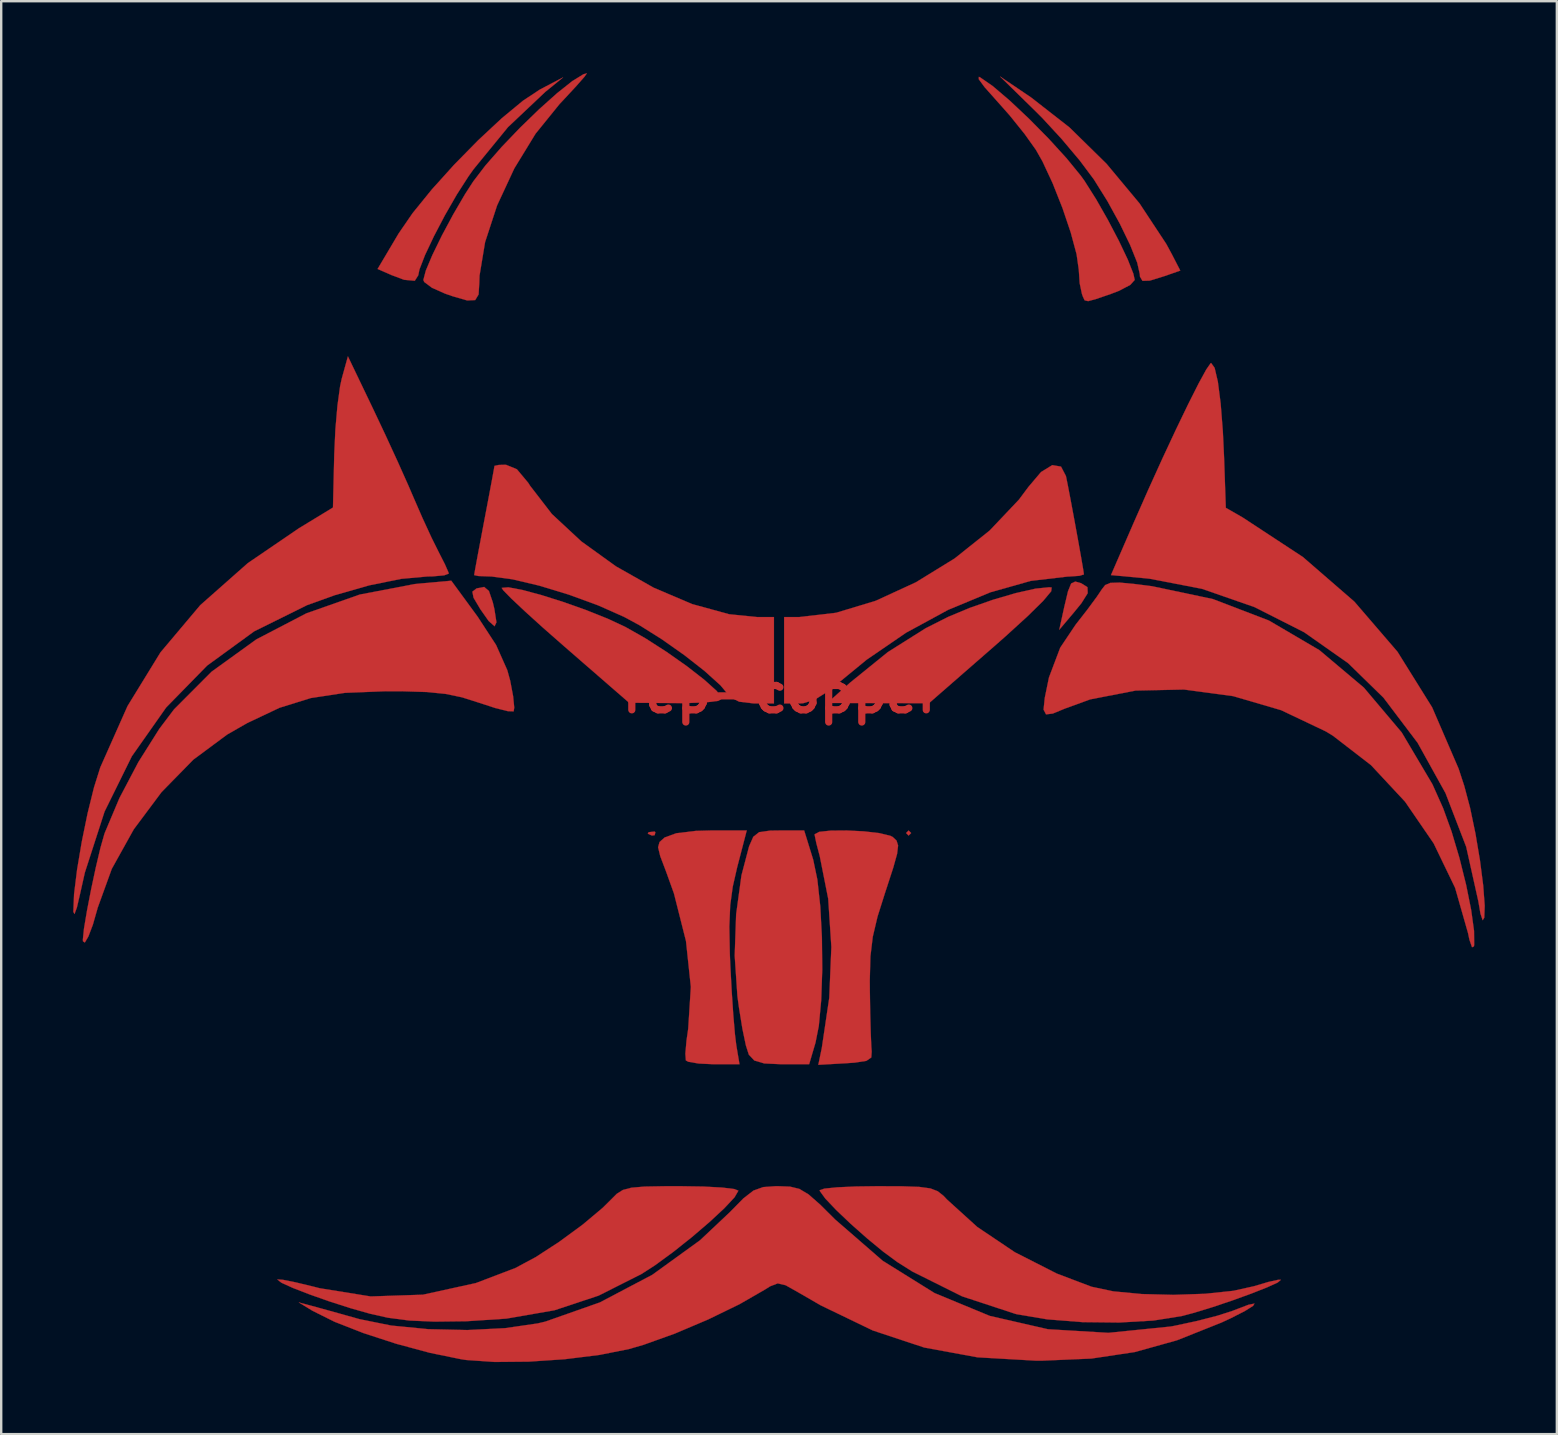
<source format=kicad_pcb>
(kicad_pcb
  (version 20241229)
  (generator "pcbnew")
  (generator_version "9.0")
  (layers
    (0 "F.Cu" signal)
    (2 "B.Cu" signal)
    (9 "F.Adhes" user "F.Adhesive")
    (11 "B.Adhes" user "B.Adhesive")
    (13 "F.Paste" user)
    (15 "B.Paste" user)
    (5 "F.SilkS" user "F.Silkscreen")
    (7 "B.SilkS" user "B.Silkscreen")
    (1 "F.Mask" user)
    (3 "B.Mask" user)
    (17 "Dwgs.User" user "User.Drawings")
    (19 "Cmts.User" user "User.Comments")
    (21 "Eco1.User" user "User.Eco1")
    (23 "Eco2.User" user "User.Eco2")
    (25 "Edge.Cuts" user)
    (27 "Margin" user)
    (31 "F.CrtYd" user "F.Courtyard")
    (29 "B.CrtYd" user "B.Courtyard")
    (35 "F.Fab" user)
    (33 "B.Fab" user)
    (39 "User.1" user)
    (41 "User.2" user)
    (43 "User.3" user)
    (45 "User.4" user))
  (footprint "Tep-copper"
    (layer "F.Cu")
    (at 29.4 25.828)
    (property "Reference" "Tep-copper" (at 0 0 0) (layer "F.Cu") (effects (font (size 1.524 1.524) (thickness 0.3))))
    (attr through_hole)
    (fp_poly (pts (xy 5.503 5.821) (xy 5.397 5.927) (xy 5.292 5.821) (xy 5.397 5.715) (xy 5.503 5.821)) (stroke (width 0.01) (type solid)) (fill yes) (layer "F.Cu"))
    (fp_poly (pts (xy -5.151 5.786) (xy -5.18 5.911) (xy -5.292 5.927) (xy -5.466 5.849) (xy -5.433 5.786) (xy -5.182 5.76) (xy -5.151 5.786)) (stroke (width 0.01) (type solid)) (fill yes) (layer "F.Cu"))
    (fp_poly (pts (xy 12.585 -4.584) (xy 12.847 -4.42) (xy 12.857 -4.168) (xy 12.594 -3.75) (xy 12.292 -3.379) (xy 11.673 -2.646) (xy 11.88 -3.592) (xy 12.036 -4.248) (xy 12.169 -4.574) (xy 12.34 -4.654) (xy 12.585 -4.584)) (stroke (width 0.01) (type solid)) (fill yes) (layer "F.Cu"))
    (fp_poly (pts (xy -12.085 -4.263) (xy -11.923 -3.789) (xy -11.857 -3.509) (xy -11.771 -2.957) (xy -11.849 -2.791) (xy -12.096 -3.011) (xy -12.44 -3.5) (xy -12.725 -3.98) (xy -12.774 -4.232) (xy -12.605 -4.364) (xy -12.59 -4.37) (xy -12.284 -4.43) (xy -12.085 -4.263)) (stroke (width 0.01) (type solid)) (fill yes) (layer "F.Cu"))
    (fp_poly (pts (xy 11.356 -4.406) (xy 11.337 -4.249) (xy 11 -3.847) (xy 10.358 -3.215) (xy 9.429 -2.368) (xy 8.968 -1.962) (xy 6.244 0.414) (xy 2.011 0.405) (xy 2.963 -0.446) (xy 4.534 -1.718) (xy 6.116 -2.714) (xy 7.042 -3.181) (xy 7.935 -3.554) (xy 8.913 -3.896) (xy 9.867 -4.175) (xy 10.685 -4.359) (xy 11.256 -4.417) (xy 11.356 -4.406)) (stroke (width 0.01) (type solid)) (fill yes) (layer "F.Cu"))
    (fp_poly (pts (xy 10.502 -24.816) (xy 12.097 -23.571) (xy 13.638 -22.059) (xy 15.018 -20.402) (xy 16.13 -18.717) (xy 16.369 -18.275) (xy 16.713 -17.607) (xy 16.051 -17.376) (xy 15.446 -17.189) (xy 15.138 -17.18) (xy 15.034 -17.355) (xy 15.028 -17.456) (xy 14.92 -17.937) (xy 14.626 -18.671) (xy 14.197 -19.558) (xy 13.68 -20.498) (xy 13.124 -21.39) (xy 13.107 -21.415) (xy 12.527 -22.192) (xy 11.768 -23.094) (xy 10.966 -23.963) (xy 10.707 -24.223) (xy 9.207 -25.692) (xy 10.502 -24.816)) (stroke (width 0.01) (type solid)) (fill yes) (layer "F.Cu"))
    (fp_poly (pts (xy -9.737 -25.051) (xy -11.29 -23.583) (xy -12.727 -21.826) (xy -12.936 -21.532) (xy -13.422 -20.775) (xy -13.919 -19.909) (xy -14.378 -19.034) (xy -14.748 -18.25) (xy -14.978 -17.655) (xy -15.028 -17.41) (xy -15.172 -17.183) (xy -15.616 -17.223) (xy -16.14 -17.419) (xy -16.722 -17.674) (xy -15.843 -19.156) (xy -15.262 -20.001) (xy -14.465 -20.983) (xy -13.528 -22.022) (xy -12.53 -23.038) (xy -11.55 -23.952) (xy -10.664 -24.684) (xy -9.951 -25.155) (xy -9.948 -25.156) (xy -8.996 -25.654) (xy -9.737 -25.051)) (stroke (width 0.01) (type solid)) (fill yes) (layer "F.Cu"))
    (fp_poly (pts (xy -10.694 -4.305) (xy -9.901 -4.092) (xy -8.987 -3.803) (xy -8.041 -3.468) (xy -7.153 -3.114) (xy -6.413 -2.77) (xy -6.401 -2.764) (xy -5.566 -2.29) (xy -4.686 -1.725) (xy -3.842 -1.131) (xy -3.119 -0.568) (xy -2.597 -0.098) (xy -2.364 0.213) (xy -2.528 0.315) (xy -3.068 0.382) (xy -3.941 0.41) (xy -4.269 0.409) (xy -6.244 0.395) (xy -8.945 -1.952) (xy -9.829 -2.729) (xy -10.58 -3.409) (xy -11.149 -3.944) (xy -11.485 -4.287) (xy -11.554 -4.391) (xy -11.275 -4.414) (xy -10.694 -4.305)) (stroke (width 0.01) (type solid)) (fill yes) (layer "F.Cu"))
    (fp_poly (pts (xy 1.423 6.932) (xy 1.596 7.76) (xy 1.718 8.879) (xy 1.786 10.169) (xy 1.8 11.509) (xy 1.757 12.779) (xy 1.657 13.856) (xy 1.519 14.552) (xy 1.254 15.452) (xy 0.105 15.452) (xy -0.613 15.419) (xy -1.029 15.297) (xy -1.257 15.053) (xy -1.261 15.045) (xy -1.382 14.664) (xy -1.525 13.979) (xy -1.667 13.106) (xy -1.734 12.613) (xy -1.847 10.93) (xy -1.787 9.203) (xy -1.566 7.587) (xy -1.247 6.374) (xy -1.073 5.977) (xy -0.826 5.783) (xy -0.368 5.72) (xy 0.015 5.715) (xy 1.047 5.715) (xy 1.423 6.932)) (stroke (width 0.01) (type solid)) (fill yes) (layer "F.Cu"))
    (fp_poly (pts (xy -1.745 7.25) (xy -1.928 8.054) (xy -2.034 8.831) (xy -2.071 9.713) (xy -2.05 10.834) (xy -2.03 11.324) (xy -1.972 12.404) (xy -1.905 13.405) (xy -1.836 14.208) (xy -1.781 14.658) (xy -1.647 15.452) (xy -2.716 15.452) (xy -3.346 15.423) (xy -3.778 15.349) (xy -3.881 15.293) (xy -3.902 15.012) (xy -3.853 14.455) (xy -3.783 13.97) (xy -3.673 12.232) (xy -3.876 10.321) (xy -4.378 8.336) (xy -4.703 7.432) (xy -4.948 6.786) (xy -5.038 6.413) (xy -4.977 6.195) (xy -4.771 6.012) (xy -4.758 6.003) (xy -4.28 5.83) (xy -3.469 5.732) (xy -2.855 5.715) (xy -1.345 5.715) (xy -1.745 7.25)) (stroke (width 0.01) (type solid)) (fill yes) (layer "F.Cu"))
    (fp_poly (pts (xy -8.103 -25.683) (xy -8.432 -25.308) (xy -8.93 -24.77) (xy -9.14 -24.547) (xy -10.142 -23.309) (xy -11.027 -21.863) (xy -11.744 -20.321) (xy -12.244 -18.794) (xy -12.476 -17.395) (xy -12.486 -17.092) (xy -12.515 -16.613) (xy -12.655 -16.379) (xy -12.989 -16.363) (xy -13.601 -16.54) (xy -13.917 -16.65) (xy -14.457 -16.891) (xy -14.778 -17.131) (xy -14.816 -17.216) (xy -14.713 -17.607) (xy -14.438 -18.259) (xy -14.041 -19.072) (xy -13.571 -19.948) (xy -13.081 -20.787) (xy -12.737 -21.32) (xy -12.223 -21.993) (xy -11.55 -22.761) (xy -10.785 -23.56) (xy -9.994 -24.326) (xy -9.247 -24.995) (xy -8.608 -25.503) (xy -8.146 -25.786) (xy -8.005 -25.823) (xy -8.103 -25.683)) (stroke (width 0.01) (type solid)) (fill yes) (layer "F.Cu"))
    (fp_poly (pts (xy 11.746 -9.442) (xy 11.951 -9.049) (xy 12.033 -8.642) (xy 12.158 -7.988) (xy 12.305 -7.199) (xy 12.453 -6.388) (xy 12.582 -5.668) (xy 12.671 -5.15) (xy 12.7 -4.951) (xy 12.515 -4.893) (xy 12.063 -4.862) (xy 12.012 -4.861) (xy 10.49 -4.683) (xy 8.804 -4.207) (xy 7.041 -3.474) (xy 5.293 -2.524) (xy 3.649 -1.398) (xy 2.84 -0.734) (xy 2.062 -0.094) (xy 1.476 0.273) (xy 0.998 0.416) (xy 0.867 0.423) (xy 0.212 0.423) (xy 0.212 -3.175) (xy 0.836 -3.175) (xy 2.375 -3.353) (xy 4.026 -3.852) (xy 5.702 -4.624) (xy 7.314 -5.616) (xy 8.774 -6.78) (xy 9.992 -8.065) (xy 10.387 -8.595) (xy 10.914 -9.217) (xy 11.382 -9.504) (xy 11.746 -9.442)) (stroke (width 0.01) (type solid)) (fill yes) (layer "F.Cu"))
    (fp_poly (pts (xy 3.535 5.751) (xy 4.181 5.826) (xy 4.635 5.935) (xy 4.734 5.985) (xy 4.894 6.135) (xy 4.959 6.341) (xy 4.918 6.687) (xy 4.76 7.256) (xy 4.475 8.132) (xy 4.432 8.26) (xy 4.102 9.304) (xy 3.904 10.143) (xy 3.806 10.965) (xy 3.78 11.957) (xy 3.783 12.382) (xy 3.798 13.33) (xy 3.82 14.154) (xy 3.845 14.737) (xy 3.86 14.922) (xy 3.842 15.171) (xy 3.638 15.311) (xy 3.155 15.385) (xy 2.776 15.411) (xy 1.636 15.476) (xy 1.781 14.776) (xy 2.092 12.683) (xy 2.18 10.568) (xy 2.048 8.559) (xy 1.696 6.784) (xy 1.693 6.772) (xy 1.553 6.242) (xy 1.483 5.9) (xy 1.482 5.875) (xy 1.671 5.772) (xy 2.158 5.72) (xy 2.82 5.715) (xy 3.535 5.751)) (stroke (width 0.01) (type solid)) (fill yes) (layer "F.Cu"))
    (fp_poly (pts (xy 8.372 -25.658) (xy 8.894 -25.298) (xy 9.601 -24.696) (xy 10.407 -23.937) (xy 11.227 -23.106) (xy 11.975 -22.286) (xy 12.566 -21.563) (xy 12.727 -21.339) (xy 13.204 -20.585) (xy 13.696 -19.722) (xy 14.153 -18.851) (xy 14.524 -18.07) (xy 14.759 -17.477) (xy 14.816 -17.218) (xy 14.634 -17.014) (xy 14.167 -16.767) (xy 13.826 -16.636) (xy 13.205 -16.423) (xy 12.876 -16.334) (xy 12.73 -16.368) (xy 12.656 -16.525) (xy 12.617 -16.633) (xy 12.523 -17.08) (xy 12.486 -17.639) (xy 12.394 -18.288) (xy 12.152 -19.188) (xy 11.805 -20.216) (xy 11.396 -21.248) (xy 10.972 -22.158) (xy 10.697 -22.642) (xy 10.23 -23.297) (xy 9.606 -24.073) (xy 9.017 -24.737) (xy 8.564 -25.246) (xy 8.32 -25.578) (xy 8.323 -25.678) (xy 8.372 -25.658)) (stroke (width 0.01) (type solid)) (fill yes) (layer "F.Cu"))
    (fp_poly (pts (xy -10.921 -9.333) (xy -10.445 -8.764) (xy -10.372 -8.647) (xy -9.46 -7.465) (xy -8.236 -6.327) (xy -6.794 -5.288) (xy -5.224 -4.399) (xy -3.621 -3.716) (xy -2.077 -3.292) (xy -0.908 -3.175) (xy -0.212 -3.175) (xy -0.212 0.423) (xy -1.048 0.423) (xy -1.659 0.351) (xy -2.029 0.166) (xy -2.053 0.132) (xy -2.437 -0.329) (xy -3.098 -0.926) (xy -3.944 -1.589) (xy -4.881 -2.249) (xy -5.817 -2.837) (xy -6.456 -3.183) (xy -7.545 -3.666) (xy -8.763 -4.111) (xy -9.989 -4.484) (xy -11.101 -4.747) (xy -11.977 -4.865) (xy -12.099 -4.868) (xy -12.53 -4.885) (xy -12.7 -4.922) (xy -12.663 -5.138) (xy -12.563 -5.683) (xy -12.415 -6.467) (xy -12.277 -7.197) (xy -12.104 -8.108) (xy -11.965 -8.849) (xy -11.877 -9.331) (xy -11.853 -9.472) (xy -11.673 -9.511) (xy -11.377 -9.519) (xy -10.921 -9.333)) (stroke (width 0.01) (type solid)) (fill yes) (layer "F.Cu"))
    (fp_poly (pts (xy 18.144 -13.555) (xy 18.279 -12.978) (xy 18.395 -12.077) (xy 18.487 -10.902) (xy 18.537 -9.842) (xy 18.61 -7.726) (xy 19.306 -7.327) (xy 21.818 -5.678) (xy 23.967 -3.815) (xy 25.76 -1.731) (xy 27.204 0.585) (xy 28.307 3.141) (xy 28.542 3.857) (xy 28.785 4.773) (xy 29.009 5.846) (xy 29.197 6.961) (xy 29.331 8.001) (xy 29.394 8.85) (xy 29.376 9.347) (xy 29.309 9.454) (xy 29.217 9.178) (xy 29.132 8.678) (xy 28.623 6.395) (xy 27.762 4.16) (xy 26.598 2.061) (xy 25.18 0.186) (xy 23.703 -1.256) (xy 21.875 -2.541) (xy 19.805 -3.59) (xy 17.617 -4.351) (xy 15.438 -4.771) (xy 15.249 -4.791) (xy 13.826 -4.923) (xy 14.756 -7.065) (xy 15.362 -8.44) (xy 15.963 -9.766) (xy 16.534 -10.988) (xy 17.047 -12.052) (xy 17.477 -12.904) (xy 17.796 -13.487) (xy 17.979 -13.749) (xy 17.998 -13.758) (xy 18.144 -13.555)) (stroke (width 0.01) (type solid)) (fill yes) (layer "F.Cu"))
    (fp_poly (pts (xy -3.14 20.547) (xy -2.368 20.589) (xy -1.858 20.651) (xy -1.693 20.719) (xy -1.852 20.993) (xy -2.279 21.45) (xy -2.899 22.026) (xy -3.636 22.657) (xy -4.417 23.278) (xy -5.165 23.825) (xy -5.728 24.188) (xy -7.516 25.09) (xy -9.352 25.699) (xy -11.352 26.047) (xy -13.018 26.157) (xy -14.352 26.173) (xy -15.398 26.128) (xy -16.29 26.011) (xy -17.039 25.843) (xy -17.862 25.609) (xy -18.731 25.33) (xy -19.556 25.039) (xy -20.25 24.77) (xy -20.725 24.554) (xy -20.893 24.424) (xy -20.888 24.416) (xy -20.664 24.431) (xy -20.132 24.538) (xy -19.395 24.715) (xy -19.138 24.781) (xy -17.011 25.124) (xy -14.834 25.051) (xy -12.628 24.567) (xy -10.978 23.938) (xy -10.136 23.486) (xy -9.153 22.847) (xy -8.174 22.128) (xy -7.345 21.432) (xy -7.001 21.091) (xy -6.759 20.849) (xy -6.505 20.689) (xy -6.15 20.595) (xy -5.605 20.548) (xy -4.78 20.533) (xy -4.091 20.532) (xy -3.14 20.547)) (stroke (width 0.01) (type solid)) (fill yes) (layer "F.Cu"))
    (fp_poly (pts (xy 14.845 -4.548) (xy 15.53 -4.461) (xy 18.071 -3.925) (xy 20.405 -3.03) (xy 22.51 -1.795) (xy 24.361 -0.235) (xy 25.937 1.631) (xy 27.215 3.787) (xy 27.664 4.792) (xy 28.013 5.757) (xy 28.339 6.852) (xy 28.619 7.976) (xy 28.83 9.025) (xy 28.95 9.896) (xy 28.955 10.486) (xy 28.945 10.542) (xy 28.866 10.579) (xy 28.758 10.268) (xy 28.699 9.988) (xy 28.161 8.103) (xy 27.266 6.249) (xy 26.077 4.516) (xy 24.658 2.993) (xy 23.071 1.768) (xy 22.779 1.59) (xy 20.915 0.704) (xy 18.916 0.119) (xy 16.867 -0.156) (xy 14.853 -0.113) (xy 12.96 0.254) (xy 11.906 0.638) (xy 11.406 0.844) (xy 11.121 0.879) (xy 11.019 0.681) (xy 11.069 0.191) (xy 11.242 -0.652) (xy 11.243 -0.658) (xy 11.713 -1.901) (xy 12.354 -2.857) (xy 12.842 -3.484) (xy 13.242 -4.026) (xy 13.447 -4.331) (xy 13.585 -4.508) (xy 13.803 -4.599) (xy 14.193 -4.611) (xy 14.845 -4.548)) (stroke (width 0.01) (type solid)) (fill yes) (layer "F.Cu"))
    (fp_poly (pts (xy 5.133 20.536) (xy 5.841 20.561) (xy 6.303 20.624) (xy 6.609 20.741) (xy 6.848 20.93) (xy 7.001 21.091) (xy 8.257 22.23) (xy 9.819 23.28) (xy 11.571 24.172) (xy 13.018 24.72) (xy 13.925 24.912) (xy 15.109 25.024) (xy 16.429 25.058) (xy 17.746 25.013) (xy 18.92 24.89) (xy 19.781 24.699) (xy 20.384 24.52) (xy 20.798 24.429) (xy 20.904 24.432) (xy 20.772 24.544) (xy 20.326 24.747) (xy 19.661 25.009) (xy 18.866 25.297) (xy 18.034 25.576) (xy 17.257 25.813) (xy 16.771 25.942) (xy 15.595 26.128) (xy 14.166 26.211) (xy 12.638 26.194) (xy 11.167 26.078) (xy 9.91 25.866) (xy 9.842 25.849) (xy 7.626 25.12) (xy 5.547 24.083) (xy 4.928 23.692) (xy 4.339 23.258) (xy 3.666 22.703) (xy 2.986 22.1) (xy 2.379 21.523) (xy 1.925 21.044) (xy 1.703 20.738) (xy 1.693 20.698) (xy 1.891 20.632) (xy 2.428 20.578) (xy 3.219 20.543) (xy 4.091 20.532) (xy 5.133 20.536)) (stroke (width 0.01) (type solid)) (fill yes) (layer "F.Cu"))
    (fp_poly (pts (xy -16.902 -11.832) (xy -16.397 -10.762) (xy -15.885 -9.65) (xy -15.44 -8.655) (xy -15.222 -8.149) (xy -14.85 -7.296) (xy -14.475 -6.482) (xy -14.178 -5.885) (xy -14.178 -5.885) (xy -13.917 -5.373) (xy -13.77 -5.035) (xy -13.758 -4.985) (xy -13.947 -4.913) (xy -14.422 -4.87) (xy -14.658 -4.865) (xy -15.743 -4.766) (xy -17.069 -4.496) (xy -18.505 -4.086) (xy -19.658 -3.672) (xy -21.86 -2.582) (xy -23.823 -1.153) (xy -25.528 0.59) (xy -26.958 2.623) (xy -28.093 4.924) (xy -28.916 7.469) (xy -29.116 8.361) (xy -29.248 8.928) (xy -29.348 9.194) (xy -29.395 9.102) (xy -29.365 8.364) (xy -29.24 7.348) (xy -29.044 6.184) (xy -28.801 4.999) (xy -28.535 3.922) (xy -28.272 3.086) (xy -27.137 0.531) (xy -25.764 -1.705) (xy -24.107 -3.672) (xy -22.126 -5.423) (xy -20.002 -6.872) (xy -18.58 -7.738) (xy -18.527 -9.954) (xy -18.479 -10.998) (xy -18.393 -11.99) (xy -18.284 -12.787) (xy -18.216 -13.102) (xy -17.958 -14.034) (xy -16.902 -11.832)) (stroke (width 0.01) (type solid)) (fill yes) (layer "F.Cu"))
    (fp_poly (pts (xy -12.557 -3.194) (xy -11.785 -2.01) (xy -11.319 -0.962) (xy -11.2 -0.531) (xy -11.076 0.125) (xy -11.03 0.597) (xy -11.054 0.753) (xy -11.296 0.745) (xy -11.82 0.614) (xy -12.513 0.388) (xy -12.517 0.387) (xy -13.206 0.168) (xy -13.88 0.027) (xy -14.661 -0.052) (xy -15.673 -0.083) (xy -16.404 -0.085) (xy -18.083 -0.018) (xy -19.502 0.198) (xy -20.808 0.604) (xy -22.151 1.239) (xy -22.988 1.719) (xy -24.397 2.764) (xy -25.72 4.115) (xy -26.878 5.666) (xy -27.793 7.311) (xy -28.384 8.942) (xy -28.398 8.996) (xy -28.581 9.637) (xy -28.766 10.125) (xy -28.916 10.381) (xy -28.994 10.33) (xy -28.998 10.255) (xy -28.951 9.797) (xy -28.827 9.057) (xy -28.654 8.165) (xy -28.458 7.249) (xy -28.266 6.439) (xy -28.103 5.864) (xy -28.085 5.813) (xy -27.475 4.366) (xy -26.685 2.864) (xy -25.813 1.481) (xy -25.199 0.668) (xy -23.636 -0.9) (xy -21.771 -2.246) (xy -19.686 -3.331) (xy -17.463 -4.113) (xy -15.182 -4.549) (xy -14.922 -4.575) (xy -13.652 -4.689) (xy -12.557 -3.194)) (stroke (width 0.01) (type solid)) (fill yes) (layer "F.Cu"))
    (fp_poly (pts (xy 0.458 20.55) (xy 0.845 20.644) (xy 1.229 20.873) (xy 1.71 21.296) (xy 2.334 21.916) (xy 4.321 23.641) (xy 6.477 24.983) (xy 8.778 25.935) (xy 11.2 26.49) (xy 13.72 26.64) (xy 16.313 26.377) (xy 16.475 26.347) (xy 17.395 26.15) (xy 18.256 25.928) (xy 18.891 25.725) (xy 18.955 25.699) (xy 19.55 25.472) (xy 19.804 25.421) (xy 19.746 25.517) (xy 19.405 25.731) (xy 18.812 26.034) (xy 18.423 26.214) (xy 16.573 26.951) (xy 14.82 27.44) (xy 13.008 27.712) (xy 10.978 27.799) (xy 10.689 27.799) (xy 8.268 27.66) (xy 6.044 27.251) (xy 3.905 26.541) (xy 1.739 25.496) (xy 0.787 24.946) (xy 0.274 24.657) (xy -0.054 24.58) (xy -0.372 24.702) (xy -0.588 24.838) (xy -1.648 25.448) (xy -2.954 26.083) (xy -4.339 26.671) (xy -5.639 27.137) (xy -6.244 27.313) (xy -7.481 27.56) (xy -8.925 27.739) (xy -10.429 27.84) (xy -11.848 27.853) (xy -13.032 27.771) (xy -13.229 27.742) (xy -14.543 27.473) (xy -15.946 27.095) (xy -17.312 26.65) (xy -18.515 26.179) (xy -19.432 25.722) (xy -19.473 25.697) (xy -20.003 25.373) (xy -19.473 25.515) (xy -19.005 25.643) (xy -18.285 25.843) (xy -17.468 26.072) (xy -17.462 26.073) (xy -16.159 26.336) (xy -14.616 26.487) (xy -12.983 26.524) (xy -11.412 26.445) (xy -10.054 26.248) (xy -9.737 26.173) (xy -7.463 25.373) (xy -5.278 24.222) (xy -3.292 22.785) (xy -2.049 21.614) (xy -1.484 21.039) (xy -1.065 20.714) (xy -0.661 20.569) (xy -0.139 20.532) (xy -0.032 20.532) (xy 0.458 20.55)) (stroke (width 0.01) (type solid)) (fill yes) (layer "F.Cu")))
  (gr_rect
    (start -3 -3)
    (end 61.799 56.687)
    (stroke (width 0.1) (type default))
    (fill no)
    (layer "Edge.Cuts")))
</source>
